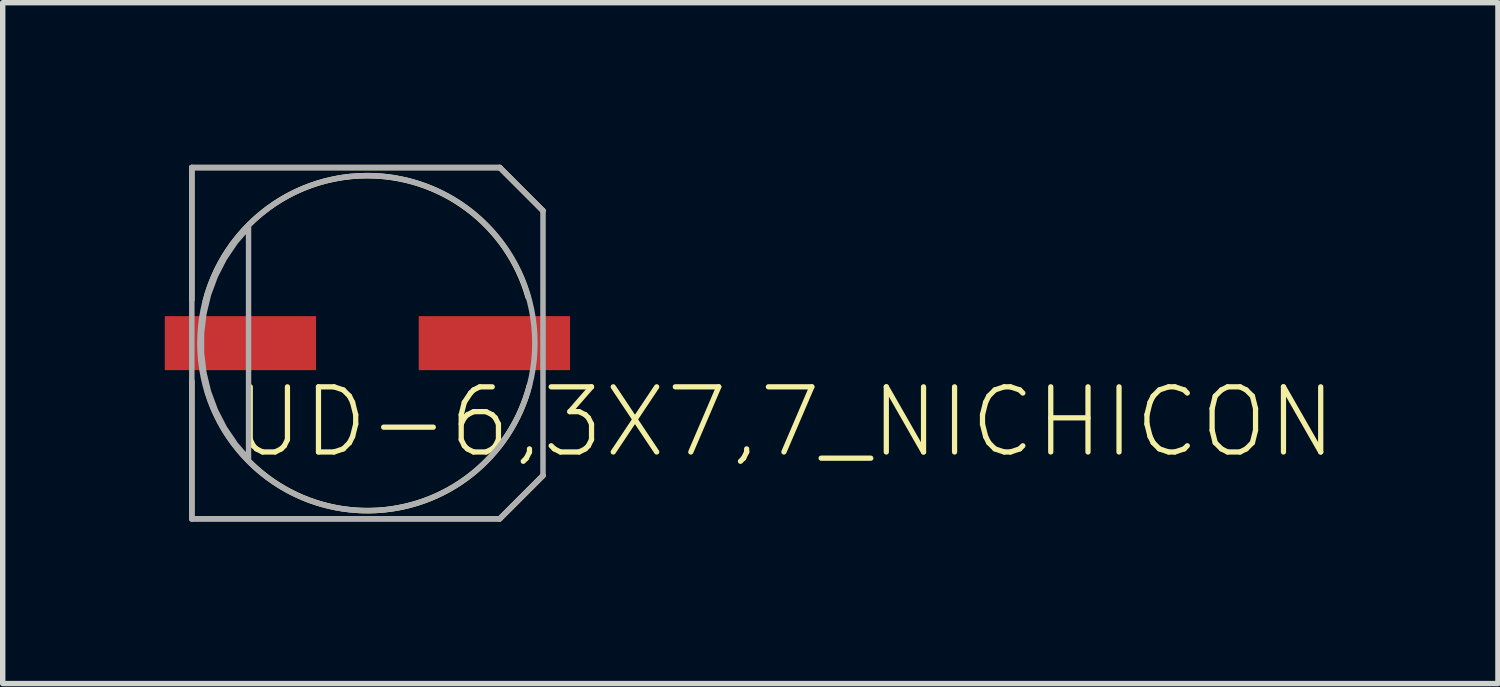
<source format=kicad_pcb>
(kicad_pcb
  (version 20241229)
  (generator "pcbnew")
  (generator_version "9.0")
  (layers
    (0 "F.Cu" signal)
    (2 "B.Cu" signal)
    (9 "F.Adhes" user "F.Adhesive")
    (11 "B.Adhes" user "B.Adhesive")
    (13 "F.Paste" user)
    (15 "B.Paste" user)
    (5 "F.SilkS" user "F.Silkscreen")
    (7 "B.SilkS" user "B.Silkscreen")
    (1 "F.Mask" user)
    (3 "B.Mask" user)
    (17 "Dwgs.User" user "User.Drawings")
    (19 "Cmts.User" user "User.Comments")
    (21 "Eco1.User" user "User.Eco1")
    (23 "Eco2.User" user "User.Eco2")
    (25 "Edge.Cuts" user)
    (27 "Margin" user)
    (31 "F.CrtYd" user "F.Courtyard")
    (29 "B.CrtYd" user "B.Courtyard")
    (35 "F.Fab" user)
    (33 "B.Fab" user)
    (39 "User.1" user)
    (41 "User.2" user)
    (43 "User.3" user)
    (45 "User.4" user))
  (footprint "UD-6,3X7,7_NICHICON"
    (layer "F.Cu")
    (at 3.75 3.301)
    (property "Reference" "UD-6,3X7,7_NICHICON" (at -2.52 2.167 0) (layer "F.SilkS") (effects (font (size 1.206 1.206) (thickness 0.097)) (justify left bottom)))
    (attr through_hole)
    (fp_line (start -3.25 -3.25) (end 2.45 -3.25) (stroke (width 0.102) (type solid)) (layer "F.SilkS"))
    (fp_line (start -3.25 -0.8) (end -3.25 -3.25) (stroke (width 0.102) (type solid)) (layer "F.SilkS"))
    (fp_line (start -3.25 3.25) (end -3.25 0.7) (stroke (width 0.102) (type solid)) (layer "F.SilkS"))
    (fp_line (start 2.45 -3.25) (end 3.25 -2.45) (stroke (width 0.102) (type solid)) (layer "F.SilkS"))
    (fp_line (start 2.45 3.25) (end -3.25 3.25) (stroke (width 0.102) (type solid)) (layer "F.SilkS"))
    (fp_line (start 3.25 2.45) (end 2.45 3.25) (stroke (width 0.102) (type solid)) (layer "F.SilkS"))
    (fp_arc (start -3 -0.775) (mid -0.04121 -3.099781) (end 2.975001 -0.85) (stroke (width 0.1016) (type solid)) (layer "F.SilkS"))
    (fp_arc (start 3 0.775) (mid 0.04121 3.099781) (end -2.975001 0.85) (stroke (width 0.1016) (type solid)) (layer "F.SilkS"))
    (fp_line (start -3.25 -3.25) (end 2.45 -3.25) (stroke (width 0.102) (type solid)) (layer "F.Fab"))
    (fp_line (start -3.25 3.25) (end -3.25 -3.25) (stroke (width 0.102) (type solid)) (layer "F.Fab"))
    (fp_line (start 2.45 -3.25) (end 3.25 -2.45) (stroke (width 0.102) (type solid)) (layer "F.Fab"))
    (fp_line (start 2.45 3.25) (end -3.25 3.25) (stroke (width 0.102) (type solid)) (layer "F.Fab"))
    (fp_line (start 3.25 -2.45) (end 3.25 2.45) (stroke (width 0.102) (type solid)) (layer "F.Fab"))
    (fp_line (start 3.25 2.45) (end 2.45 3.25) (stroke (width 0.102) (type solid)) (layer "F.Fab"))
    (fp_circle (center 0 0) (end 3.1 0) (stroke (width 0.102) (type solid)) (fill no) (layer "F.Fab"))
    (fp_poly (pts (xy -2.2 -2.15) (xy -2.2 -2.15) (xy -2.44 -1.873) (xy -2.645 -1.57) (xy -2.812 -1.245) (xy -2.94 -0.902) (xy -3.026 -0.546) (xy -3.07 -0.183) (xy -3.07 0.183) (xy -3.026 0.546) (xy -2.94 0.902) (xy -2.812 1.245) (xy -2.645 1.57) (xy -2.44 1.873) (xy -2.2 2.15)) (stroke (width 0.1) (type solid)) (fill no) (layer "F.Fab"))
    (pad "+" smd rect (at 2.35 0) (size 2.8 1) (layers "F.Cu" "F.Mask" "F.Paste"))
    (pad "-" smd rect (at -2.35 0) (size 2.8 1) (layers "F.Cu" "F.Mask" "F.Paste")))
  (gr_rect
    (start -3 -3)
    (end 24.674 9.602)
    (stroke (width 0.1) (type default))
    (fill no)
    (layer "Edge.Cuts")))
</source>
